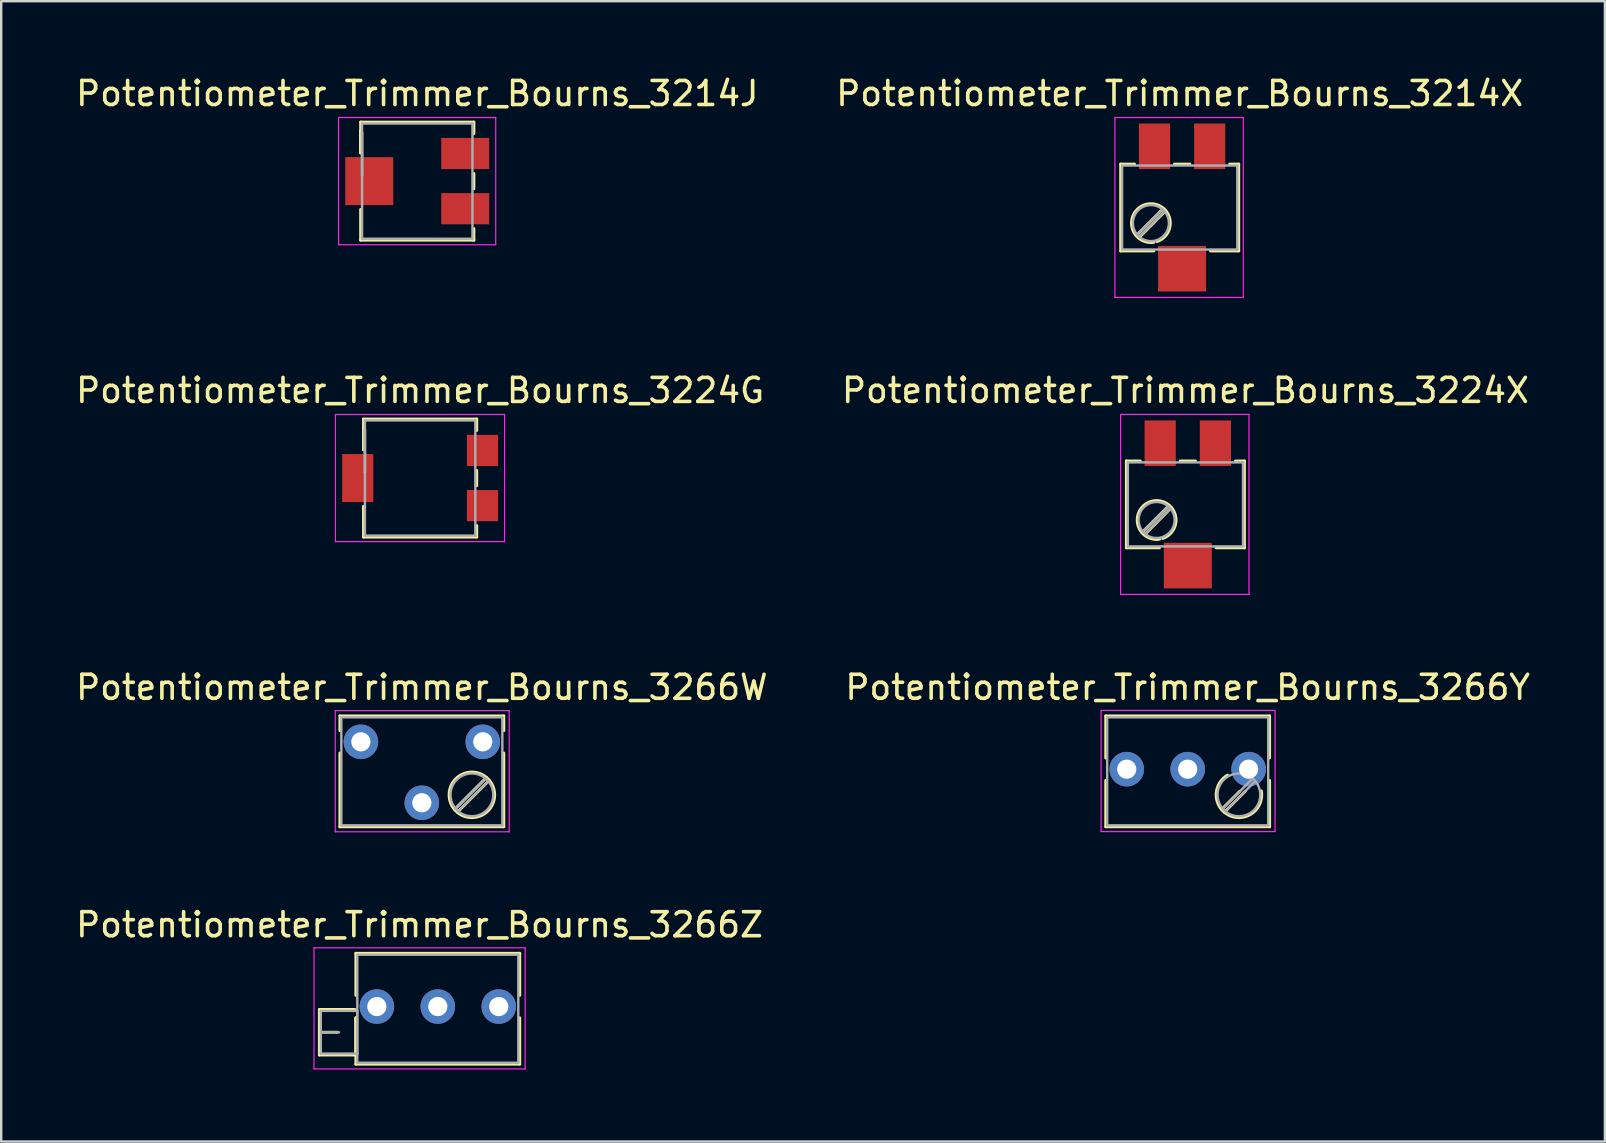
<source format=kicad_pcb>
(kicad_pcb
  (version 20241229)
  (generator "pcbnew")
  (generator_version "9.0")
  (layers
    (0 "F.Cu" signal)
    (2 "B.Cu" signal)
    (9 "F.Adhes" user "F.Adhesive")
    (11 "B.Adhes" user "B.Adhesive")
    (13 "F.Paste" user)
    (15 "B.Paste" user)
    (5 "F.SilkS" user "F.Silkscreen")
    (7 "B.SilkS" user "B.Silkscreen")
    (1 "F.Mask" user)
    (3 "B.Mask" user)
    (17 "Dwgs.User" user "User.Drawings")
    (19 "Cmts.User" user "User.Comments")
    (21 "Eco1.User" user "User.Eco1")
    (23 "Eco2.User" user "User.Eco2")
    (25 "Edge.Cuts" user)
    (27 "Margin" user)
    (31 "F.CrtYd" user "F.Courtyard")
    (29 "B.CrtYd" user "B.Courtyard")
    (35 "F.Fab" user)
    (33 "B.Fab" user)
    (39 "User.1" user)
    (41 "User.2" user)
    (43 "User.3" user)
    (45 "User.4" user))
  (footprint "Potentiometer_Trimmer_Bourns_3266W"
    (layer "F.Cu")
    (at 17.07 27.865)
    (property "Reference" "Potentiometer_Trimmer_Bourns_3266W" (at -2.54 -2.27 0) (layer "F.SilkS") (effects (font (size 1 1) (thickness 0.15))))
    (attr through_hole)
    (fp_line (start -5.955 -1.08) (end -5.955 -0.465) (stroke (width 0.12) (type solid)) (layer "F.SilkS"))
    (fp_line (start -5.955 -1.08) (end 0.875 -1.08) (stroke (width 0.12) (type solid)) (layer "F.SilkS"))
    (fp_line (start -5.955 0.465) (end -5.955 3.54) (stroke (width 0.12) (type solid)) (layer "F.SilkS"))
    (fp_line (start -5.955 3.54) (end 0.875 3.54) (stroke (width 0.12) (type solid)) (layer "F.SilkS"))
    (fp_line (start 0.15 1.49) (end -1.175 2.815) (stroke (width 0.12) (type solid)) (layer "F.SilkS"))
    (fp_line (start 0.266 1.606) (end -1.059 2.931) (stroke (width 0.12) (type solid)) (layer "F.SilkS"))
    (fp_line (start 0.875 -1.08) (end 0.875 -0.465) (stroke (width 0.12) (type solid)) (layer "F.SilkS"))
    (fp_line (start 0.875 0.465) (end 0.875 3.54) (stroke (width 0.12) (type solid)) (layer "F.SilkS"))
    (fp_circle (center -0.455 2.21) (end 0.495 2.21) (stroke (width 0.12) (type solid)) (fill no) (layer "F.SilkS"))
    (fp_line (start -6.15 -1.3) (end -6.15 3.75) (stroke (width 0.05) (type solid)) (layer "F.CrtYd"))
    (fp_line (start -6.15 3.75) (end 1.1 3.75) (stroke (width 0.05) (type solid)) (layer "F.CrtYd"))
    (fp_line (start 1.1 -1.3) (end -6.15 -1.3) (stroke (width 0.05) (type solid)) (layer "F.CrtYd"))
    (fp_line (start 1.1 3.75) (end 1.1 -1.3) (stroke (width 0.05) (type solid)) (layer "F.CrtYd"))
    (fp_line (start -5.895 -1.02) (end -5.895 3.48) (stroke (width 0.1) (type solid)) (layer "F.Fab"))
    (fp_line (start -5.895 3.48) (end 0.815 3.48) (stroke (width 0.1) (type solid)) (layer "F.Fab"))
    (fp_line (start 0.112 1.536) (end -1.13 2.777) (stroke (width 0.1) (type solid)) (layer "F.Fab"))
    (fp_line (start 0.22 1.644) (end -1.021 2.885) (stroke (width 0.1) (type solid)) (layer "F.Fab"))
    (fp_line (start 0.815 -1.02) (end -5.895 -1.02) (stroke (width 0.1) (type solid)) (layer "F.Fab"))
    (fp_line (start 0.815 3.48) (end 0.815 -1.02) (stroke (width 0.1) (type solid)) (layer "F.Fab"))
    (fp_circle (center -0.455 2.21) (end 0.435 2.21) (stroke (width 0.1) (type solid)) (fill no) (layer "F.Fab"))
    (pad "1" thru_hole circle (at 0 0) (size 1.44 1.44) (drill 0.8) (layers "*.Cu" "*.Mask"))
    (pad "2" thru_hole circle (at -2.54 2.54) (size 1.44 1.44) (drill 0.8) (layers "*.Cu" "*.Mask"))
    (pad "3" thru_hole circle (at -5.08 0) (size 1.44 1.44) (drill 0.8) (layers "*.Cu" "*.Mask")))
  (footprint "Potentiometer_Trimmer_Bourns_3224X"
    (layer "F.Cu")
    (at 46.451 17.971)
    (property "Reference" "Potentiometer_Trimmer_Bourns_3224X" (at -0.1 -4.75 0) (layer "F.SilkS") (effects (font (size 1 1) (thickness 0.15))))
    (attr smd)
    (fp_line (start -2.56 -1.81) (end -2.56 1.81) (stroke (width 0.12) (type solid)) (layer "F.SilkS"))
    (fp_line (start -2.56 -1.81) (end -1.98 -1.81) (stroke (width 0.12) (type solid)) (layer "F.SilkS"))
    (fp_line (start -2.56 1.81) (end -1.18 1.81) (stroke (width 0.12) (type solid)) (layer "F.SilkS"))
    (fp_line (start -0.78 0.04) (end -1.91 1.17) (stroke (width 0.12) (type solid)) (layer "F.SilkS"))
    (fp_line (start -0.69 0.14) (end -1.81 1.27) (stroke (width 0.12) (type solid)) (layer "F.SilkS"))
    (fp_line (start -0.32 -1.81) (end 0.32 -1.81) (stroke (width 0.12) (type solid)) (layer "F.SilkS"))
    (fp_line (start 1.18 1.81) (end 2.36 1.81) (stroke (width 0.12) (type solid)) (layer "F.SilkS"))
    (fp_line (start 1.98 -1.81) (end 2.36 -1.81) (stroke (width 0.12) (type solid)) (layer "F.SilkS"))
    (fp_line (start 2.36 -1.81) (end 2.36 1.81) (stroke (width 0.12) (type solid)) (layer "F.SilkS"))
    (fp_arc (start -1.28605 1.459448) (mid -1.433441 -0.148495) (end -1.05 1.42) (stroke (width 0.12) (type solid)) (layer "F.SilkS"))
    (fp_arc (start -1.173288 1.450028) (mid -1.236448 1.457503) (end -1.3 1.46) (stroke (width 0.12) (type solid)) (layer "F.SilkS"))
    (fp_line (start -2.8 -3.75) (end -2.8 3.75) (stroke (width 0.05) (type solid)) (layer "F.CrtYd"))
    (fp_line (start -2.8 3.75) (end 2.55 3.75) (stroke (width 0.05) (type solid)) (layer "F.CrtYd"))
    (fp_line (start 2.55 -3.75) (end -2.8 -3.75) (stroke (width 0.05) (type solid)) (layer "F.CrtYd"))
    (fp_line (start 2.55 3.75) (end 2.55 -3.75) (stroke (width 0.05) (type solid)) (layer "F.CrtYd"))
    (fp_line (start -2.5 -1.75) (end -2.5 1.75) (stroke (width 0.1) (type solid)) (layer "F.Fab"))
    (fp_line (start -2.5 1.75) (end 2.3 1.75) (stroke (width 0.1) (type solid)) (layer "F.Fab"))
    (fp_line (start -0.82 0.08) (end -1.87 1.13) (stroke (width 0.1) (type solid)) (layer "F.Fab"))
    (fp_line (start -0.73 0.17) (end -1.78 1.22) (stroke (width 0.1) (type solid)) (layer "F.Fab"))
    (fp_line (start 2.3 -1.75) (end -2.5 -1.75) (stroke (width 0.1) (type solid)) (layer "F.Fab"))
    (fp_line (start 2.3 1.75) (end 2.3 -1.75) (stroke (width 0.1) (type solid)) (layer "F.Fab"))
    (fp_circle (center -1.3 0.65) (end -0.55 0.65) (stroke (width 0.1) (type solid)) (fill no) (layer "F.Fab"))
    (pad "1" smd rect (at 1.15 -2.55) (size 1.3 1.9) (layers "F.Cu" "F.Mask"))
    (pad "2" smd rect (at 0 2.55) (size 2 1.9) (layers "F.Cu" "F.Mask"))
    (pad "3" smd rect (at -1.15 -2.55) (size 1.3 1.9) (layers "F.Cu" "F.Mask")))
  (footprint "Potentiometer_Trimmer_Bourns_3214X"
    (layer "F.Cu")
    (at 46.213 5.598)
    (property "Reference" "Potentiometer_Trimmer_Bourns_3214X" (at -0.1 -4.75 0) (layer "F.SilkS") (effects (font (size 1 1) (thickness 0.15))))
    (attr smd)
    (fp_line (start -2.56 -1.81) (end -2.56 1.81) (stroke (width 0.12) (type solid)) (layer "F.SilkS"))
    (fp_line (start -2.56 -1.81) (end -1.98 -1.81) (stroke (width 0.12) (type solid)) (layer "F.SilkS"))
    (fp_line (start -2.56 1.81) (end -1.18 1.81) (stroke (width 0.12) (type solid)) (layer "F.SilkS"))
    (fp_line (start -0.78 0.04) (end -1.91 1.17) (stroke (width 0.12) (type solid)) (layer "F.SilkS"))
    (fp_line (start -0.69 0.14) (end -1.81 1.27) (stroke (width 0.12) (type solid)) (layer "F.SilkS"))
    (fp_line (start -0.32 -1.81) (end 0.32 -1.81) (stroke (width 0.12) (type solid)) (layer "F.SilkS"))
    (fp_line (start 1.18 1.81) (end 2.36 1.81) (stroke (width 0.12) (type solid)) (layer "F.SilkS"))
    (fp_line (start 1.98 -1.81) (end 2.36 -1.81) (stroke (width 0.12) (type solid)) (layer "F.SilkS"))
    (fp_line (start 2.36 -1.81) (end 2.36 1.81) (stroke (width 0.12) (type solid)) (layer "F.SilkS"))
    (fp_arc (start -1.28605 1.459448) (mid -1.433441 -0.148495) (end -1.05 1.42) (stroke (width 0.12) (type solid)) (layer "F.SilkS"))
    (fp_arc (start -1.173288 1.450028) (mid -1.236448 1.457503) (end -1.3 1.46) (stroke (width 0.12) (type solid)) (layer "F.SilkS"))
    (fp_line (start -2.8 -3.75) (end -2.8 3.75) (stroke (width 0.05) (type solid)) (layer "F.CrtYd"))
    (fp_line (start -2.8 3.75) (end 2.55 3.75) (stroke (width 0.05) (type solid)) (layer "F.CrtYd"))
    (fp_line (start 2.55 -3.75) (end -2.8 -3.75) (stroke (width 0.05) (type solid)) (layer "F.CrtYd"))
    (fp_line (start 2.55 3.75) (end 2.55 -3.75) (stroke (width 0.05) (type solid)) (layer "F.CrtYd"))
    (fp_line (start -2.5 -1.75) (end -2.5 1.75) (stroke (width 0.1) (type solid)) (layer "F.Fab"))
    (fp_line (start -2.5 1.75) (end 2.3 1.75) (stroke (width 0.1) (type solid)) (layer "F.Fab"))
    (fp_line (start -0.82 0.08) (end -1.87 1.13) (stroke (width 0.1) (type solid)) (layer "F.Fab"))
    (fp_line (start -0.73 0.17) (end -1.78 1.22) (stroke (width 0.1) (type solid)) (layer "F.Fab"))
    (fp_line (start 2.3 -1.75) (end -2.5 -1.75) (stroke (width 0.1) (type solid)) (layer "F.Fab"))
    (fp_line (start 2.3 1.75) (end 2.3 -1.75) (stroke (width 0.1) (type solid)) (layer "F.Fab"))
    (fp_circle (center -1.3 0.65) (end -0.55 0.65) (stroke (width 0.1) (type solid)) (fill no) (layer "F.Fab"))
    (pad "1" smd rect (at 1.15 -2.55) (size 1.3 1.9) (layers "F.Cu" "F.Mask"))
    (pad "2" smd rect (at 0 2.55) (size 2 1.9) (layers "F.Cu" "F.Mask"))
    (pad "3" smd rect (at -1.15 -2.55) (size 1.3 1.9) (layers "F.Cu" "F.Mask")))
  (footprint "Potentiometer_Trimmer_Bourns_3266Y"
    (layer "F.Cu")
    (at 48.986 29.005)
    (property "Reference" "Potentiometer_Trimmer_Bourns_3266Y" (at -2.54 -3.41 0) (layer "F.SilkS") (effects (font (size 1 1) (thickness 0.15))))
    (attr through_hole)
    (fp_line (start -5.955 -2.22) (end -5.955 -0.465) (stroke (width 0.12) (type solid)) (layer "F.SilkS"))
    (fp_line (start -5.955 -2.22) (end 0.875 -2.22) (stroke (width 0.12) (type solid)) (layer "F.SilkS"))
    (fp_line (start -5.955 0.466) (end -5.955 2.4) (stroke (width 0.12) (type solid)) (layer "F.SilkS"))
    (fp_line (start -5.955 2.4) (end 0.875 2.4) (stroke (width 0.12) (type solid)) (layer "F.SilkS"))
    (fp_line (start -0.37 0.92) (end -1.125 1.675) (stroke (width 0.12) (type solid)) (layer "F.SilkS"))
    (fp_line (start -0.135 0.916) (end -1.009 1.791) (stroke (width 0.12) (type solid)) (layer "F.SilkS"))
    (fp_line (start 0.875 -2.22) (end 0.875 -0.465) (stroke (width 0.12) (type solid)) (layer "F.SilkS"))
    (fp_line (start 0.875 0.466) (end 0.875 2.4) (stroke (width 0.12) (type solid)) (layer "F.SilkS"))
    (fp_arc (start -0.388944 2.018737) (mid -1.319497 1.323089) (end -0.879 0.248) (stroke (width 0.12) (type solid)) (layer "F.SilkS"))
    (fp_arc (start 0.530567 0.905034) (mid 0.322742 1.680648) (end -0.405 2.02) (stroke (width 0.12) (type solid)) (layer "F.SilkS"))
    (fp_line (start -6.15 -2.45) (end -6.15 2.6) (stroke (width 0.05) (type solid)) (layer "F.CrtYd"))
    (fp_line (start -6.15 2.6) (end 1.1 2.6) (stroke (width 0.05) (type solid)) (layer "F.CrtYd"))
    (fp_line (start 1.1 -2.45) (end -6.15 -2.45) (stroke (width 0.05) (type solid)) (layer "F.CrtYd"))
    (fp_line (start 1.1 2.6) (end 1.1 -2.45) (stroke (width 0.05) (type solid)) (layer "F.CrtYd"))
    (fp_line (start -5.895 -2.16) (end -5.895 2.34) (stroke (width 0.1) (type solid)) (layer "F.Fab"))
    (fp_line (start -5.895 2.34) (end 0.815 2.34) (stroke (width 0.1) (type solid)) (layer "F.Fab"))
    (fp_line (start 0.162 0.396) (end -1.08 1.637) (stroke (width 0.1) (type solid)) (layer "F.Fab"))
    (fp_line (start 0.27 0.504) (end -0.971 1.745) (stroke (width 0.1) (type solid)) (layer "F.Fab"))
    (fp_line (start 0.815 -2.16) (end -5.895 -2.16) (stroke (width 0.1) (type solid)) (layer "F.Fab"))
    (fp_line (start 0.815 2.34) (end 0.815 -2.16) (stroke (width 0.1) (type solid)) (layer "F.Fab"))
    (fp_circle (center -0.405 1.07) (end 0.485 1.07) (stroke (width 0.1) (type solid)) (fill no) (layer "F.Fab"))
    (pad "1" thru_hole circle (at 0 0) (size 1.44 1.44) (drill 0.8) (layers "*.Cu" "*.Mask"))
    (pad "2" thru_hole circle (at -2.54 0) (size 1.44 1.44) (drill 0.8) (layers "*.Cu" "*.Mask"))
    (pad "3" thru_hole circle (at -5.08 0) (size 1.44 1.44) (drill 0.8) (layers "*.Cu" "*.Mask")))
  (footprint "Potentiometer_Trimmer_Bourns_3266Z"
    (layer "F.Cu")
    (at 17.735 38.898)
    (property "Reference" "Potentiometer_Trimmer_Bourns_3266Z" (at -3.3 -3.41 0) (layer "F.SilkS") (effects (font (size 1 1) (thickness 0.15))))
    (attr through_hole)
    (fp_line (start -7.475 0.12) (end -7.475 2.02) (stroke (width 0.12) (type solid)) (layer "F.SilkS"))
    (fp_line (start -7.475 0.12) (end -5.996 0.12) (stroke (width 0.12) (type solid)) (layer "F.SilkS"))
    (fp_line (start -7.475 1.07) (end -6.715 1.07) (stroke (width 0.12) (type solid)) (layer "F.SilkS"))
    (fp_line (start -7.475 2.02) (end -5.956 2.02) (stroke (width 0.12) (type solid)) (layer "F.SilkS"))
    (fp_line (start -5.956 0.466) (end -5.956 2.02) (stroke (width 0.12) (type solid)) (layer "F.SilkS"))
    (fp_line (start -5.955 -2.22) (end -5.955 -0.465) (stroke (width 0.12) (type solid)) (layer "F.SilkS"))
    (fp_line (start -5.955 -2.22) (end 0.875 -2.22) (stroke (width 0.12) (type solid)) (layer "F.SilkS"))
    (fp_line (start -5.955 0.466) (end -5.955 2.4) (stroke (width 0.12) (type solid)) (layer "F.SilkS"))
    (fp_line (start -5.955 2.4) (end 0.875 2.4) (stroke (width 0.12) (type solid)) (layer "F.SilkS"))
    (fp_line (start 0.875 -2.22) (end 0.875 -0.465) (stroke (width 0.12) (type solid)) (layer "F.SilkS"))
    (fp_line (start 0.875 0.466) (end 0.875 2.4) (stroke (width 0.12) (type solid)) (layer "F.SilkS"))
    (fp_line (start -7.7 -2.45) (end -7.7 2.6) (stroke (width 0.05) (type solid)) (layer "F.CrtYd"))
    (fp_line (start -7.7 2.6) (end 1.1 2.6) (stroke (width 0.05) (type solid)) (layer "F.CrtYd"))
    (fp_line (start 1.1 -2.45) (end -7.7 -2.45) (stroke (width 0.05) (type solid)) (layer "F.CrtYd"))
    (fp_line (start 1.1 2.6) (end 1.1 -2.45) (stroke (width 0.05) (type solid)) (layer "F.CrtYd"))
    (fp_line (start -7.415 0.18) (end -7.415 1.96) (stroke (width 0.1) (type solid)) (layer "F.Fab"))
    (fp_line (start -7.415 1.07) (end -6.655 1.07) (stroke (width 0.1) (type solid)) (layer "F.Fab"))
    (fp_line (start -7.415 1.96) (end -5.895 1.96) (stroke (width 0.1) (type solid)) (layer "F.Fab"))
    (fp_line (start -5.895 -2.16) (end -5.895 2.34) (stroke (width 0.1) (type solid)) (layer "F.Fab"))
    (fp_line (start -5.895 0.18) (end -7.415 0.18) (stroke (width 0.1) (type solid)) (layer "F.Fab"))
    (fp_line (start -5.895 1.96) (end -5.895 0.18) (stroke (width 0.1) (type solid)) (layer "F.Fab"))
    (fp_line (start -5.895 2.34) (end 0.815 2.34) (stroke (width 0.1) (type solid)) (layer "F.Fab"))
    (fp_line (start 0.815 -2.16) (end -5.895 -2.16) (stroke (width 0.1) (type solid)) (layer "F.Fab"))
    (fp_line (start 0.815 2.34) (end 0.815 -2.16) (stroke (width 0.1) (type solid)) (layer "F.Fab"))
    (pad "1" thru_hole circle (at 0 0) (size 1.44 1.44) (drill 0.8) (layers "*.Cu" "*.Mask"))
    (pad "2" thru_hole circle (at -2.54 0) (size 1.44 1.44) (drill 0.8) (layers "*.Cu" "*.Mask"))
    (pad "3" thru_hole circle (at -5.08 0) (size 1.44 1.44) (drill 0.8) (layers "*.Cu" "*.Mask")))
  (footprint "Potentiometer_Trimmer_Bourns_3224G"
    (layer "F.Cu")
    (at 14.458 16.872)
    (property "Reference" "Potentiometer_Trimmer_Bourns_3224G" (at 0 -3.65 0) (layer "F.SilkS") (effects (font (size 1 1) (thickness 0.15))))
    (attr smd)
    (fp_line (start -2.36 -2.46) (end -2.36 -1.18) (stroke (width 0.12) (type solid)) (layer "F.SilkS"))
    (fp_line (start -2.36 -2.46) (end 2.36 -2.46) (stroke (width 0.12) (type solid)) (layer "F.SilkS"))
    (fp_line (start -2.36 -2.08) (end -2.36 -2.08) (stroke (width 0.12) (type solid)) (layer "F.SilkS"))
    (fp_line (start -2.36 -2.08) (end -2.36 -1.18) (stroke (width 0.12) (type solid)) (layer "F.SilkS"))
    (fp_line (start -2.36 -2.08) (end -2.36 -1.18) (stroke (width 0.12) (type solid)) (layer "F.SilkS"))
    (fp_line (start -2.36 1.18) (end -2.36 2.46) (stroke (width 0.12) (type solid)) (layer "F.SilkS"))
    (fp_line (start -2.36 2.46) (end 2.36 2.46) (stroke (width 0.12) (type solid)) (layer "F.SilkS"))
    (fp_line (start 2.36 -2.46) (end 2.36 -1.98) (stroke (width 0.12) (type solid)) (layer "F.SilkS"))
    (fp_line (start 2.36 -0.32) (end 2.36 0.32) (stroke (width 0.12) (type solid)) (layer "F.SilkS"))
    (fp_line (start 2.36 1.98) (end 2.36 2.46) (stroke (width 0.12) (type solid)) (layer "F.SilkS"))
    (fp_line (start -3.53 -2.65) (end -3.53 2.65) (stroke (width 0.05) (type solid)) (layer "F.CrtYd"))
    (fp_line (start -3.53 2.65) (end 3.52 2.65) (stroke (width 0.05) (type solid)) (layer "F.CrtYd"))
    (fp_line (start 3.52 -2.65) (end -3.53 -2.65) (stroke (width 0.05) (type solid)) (layer "F.CrtYd"))
    (fp_line (start 3.52 2.65) (end 3.52 -2.65) (stroke (width 0.05) (type solid)) (layer "F.CrtYd"))
    (fp_line (start -2.3 -2.4) (end -2.3 2.4) (stroke (width 0.1) (type solid)) (layer "F.Fab"))
    (fp_line (start -2.3 -2.02) (end -2.3 -2.02) (stroke (width 0.1) (type solid)) (layer "F.Fab"))
    (fp_line (start -2.3 -2.02) (end -2.3 -0.24) (stroke (width 0.1) (type solid)) (layer "F.Fab"))
    (fp_line (start -2.3 -1.13) (end -2.3 -1.13) (stroke (width 0.1) (type solid)) (layer "F.Fab"))
    (fp_line (start -2.3 -0.24) (end -2.3 -2.02) (stroke (width 0.1) (type solid)) (layer "F.Fab"))
    (fp_line (start -2.3 -0.24) (end -2.3 -0.24) (stroke (width 0.1) (type solid)) (layer "F.Fab"))
    (fp_line (start -2.3 2.4) (end 2.3 2.4) (stroke (width 0.1) (type solid)) (layer "F.Fab"))
    (fp_line (start 2.3 -2.4) (end -2.3 -2.4) (stroke (width 0.1) (type solid)) (layer "F.Fab"))
    (fp_line (start 2.3 2.4) (end 2.3 -2.4) (stroke (width 0.1) (type solid)) (layer "F.Fab"))
    (pad "1" smd rect (at 2.6 -1.15) (size 1.3 1.3) (layers "F.Cu" "F.Mask"))
    (pad "2" smd rect (at -2.6 0) (size 1.3 2) (layers "F.Cu" "F.Mask"))
    (pad "3" smd rect (at 2.6 1.15) (size 1.3 1.3) (layers "F.Cu" "F.Mask")))
  (footprint "Potentiometer_Trimmer_Bourns_3214J"
    (layer "F.Cu")
    (at 14.339 4.498)
    (property "Reference" "Potentiometer_Trimmer_Bourns_3214J" (at 0 -3.65 0) (layer "F.SilkS") (effects (font (size 1 1) (thickness 0.15))))
    (attr smd)
    (fp_line (start -2.36 -2.46) (end -2.36 -1.18) (stroke (width 0.12) (type solid)) (layer "F.SilkS"))
    (fp_line (start -2.36 -2.46) (end 2.36 -2.46) (stroke (width 0.12) (type solid)) (layer "F.SilkS"))
    (fp_line (start -2.36 -2.08) (end -2.36 -2.08) (stroke (width 0.12) (type solid)) (layer "F.SilkS"))
    (fp_line (start -2.36 -2.08) (end -2.36 -1.18) (stroke (width 0.12) (type solid)) (layer "F.SilkS"))
    (fp_line (start -2.36 -2.08) (end -2.36 -1.18) (stroke (width 0.12) (type solid)) (layer "F.SilkS"))
    (fp_line (start -2.36 1.18) (end -2.36 2.46) (stroke (width 0.12) (type solid)) (layer "F.SilkS"))
    (fp_line (start -2.36 2.46) (end 2.36 2.46) (stroke (width 0.12) (type solid)) (layer "F.SilkS"))
    (fp_line (start 2.36 -2.46) (end 2.36 -1.98) (stroke (width 0.12) (type solid)) (layer "F.SilkS"))
    (fp_line (start 2.36 -0.32) (end 2.36 0.32) (stroke (width 0.12) (type solid)) (layer "F.SilkS"))
    (fp_line (start 2.36 1.98) (end 2.36 2.46) (stroke (width 0.12) (type solid)) (layer "F.SilkS"))
    (fp_line (start -3.28 -2.65) (end -3.28 2.65) (stroke (width 0.05) (type solid)) (layer "F.CrtYd"))
    (fp_line (start -3.28 2.65) (end 3.27 2.65) (stroke (width 0.05) (type solid)) (layer "F.CrtYd"))
    (fp_line (start 3.27 -2.65) (end -3.28 -2.65) (stroke (width 0.05) (type solid)) (layer "F.CrtYd"))
    (fp_line (start 3.27 2.65) (end 3.27 -2.65) (stroke (width 0.05) (type solid)) (layer "F.CrtYd"))
    (fp_line (start -2.3 -2.4) (end -2.3 2.4) (stroke (width 0.1) (type solid)) (layer "F.Fab"))
    (fp_line (start -2.3 -2.02) (end -2.3 -2.02) (stroke (width 0.1) (type solid)) (layer "F.Fab"))
    (fp_line (start -2.3 -2.02) (end -2.3 -0.24) (stroke (width 0.1) (type solid)) (layer "F.Fab"))
    (fp_line (start -2.3 -1.13) (end -2.3 -1.13) (stroke (width 0.1) (type solid)) (layer "F.Fab"))
    (fp_line (start -2.3 -0.24) (end -2.3 -2.02) (stroke (width 0.1) (type solid)) (layer "F.Fab"))
    (fp_line (start -2.3 -0.24) (end -2.3 -0.24) (stroke (width 0.1) (type solid)) (layer "F.Fab"))
    (fp_line (start -2.3 2.4) (end 2.3 2.4) (stroke (width 0.1) (type solid)) (layer "F.Fab"))
    (fp_line (start 2.3 -2.4) (end -2.3 -2.4) (stroke (width 0.1) (type solid)) (layer "F.Fab"))
    (fp_line (start 2.3 2.4) (end 2.3 -2.4) (stroke (width 0.1) (type solid)) (layer "F.Fab"))
    (pad "1" smd rect (at 2 -1.15) (size 2 1.3) (layers "F.Cu" "F.Mask"))
    (pad "2" smd rect (at -2 0) (size 2 2) (layers "F.Cu" "F.Mask"))
    (pad "3" smd rect (at 2 1.15) (size 2 1.3) (layers "F.Cu" "F.Mask")))
  (gr_rect
    (start -3 -3)
    (end 63.833 44.523)
    (stroke (width 0.1) (type default))
    (fill no)
    (layer "Edge.Cuts")))
</source>
